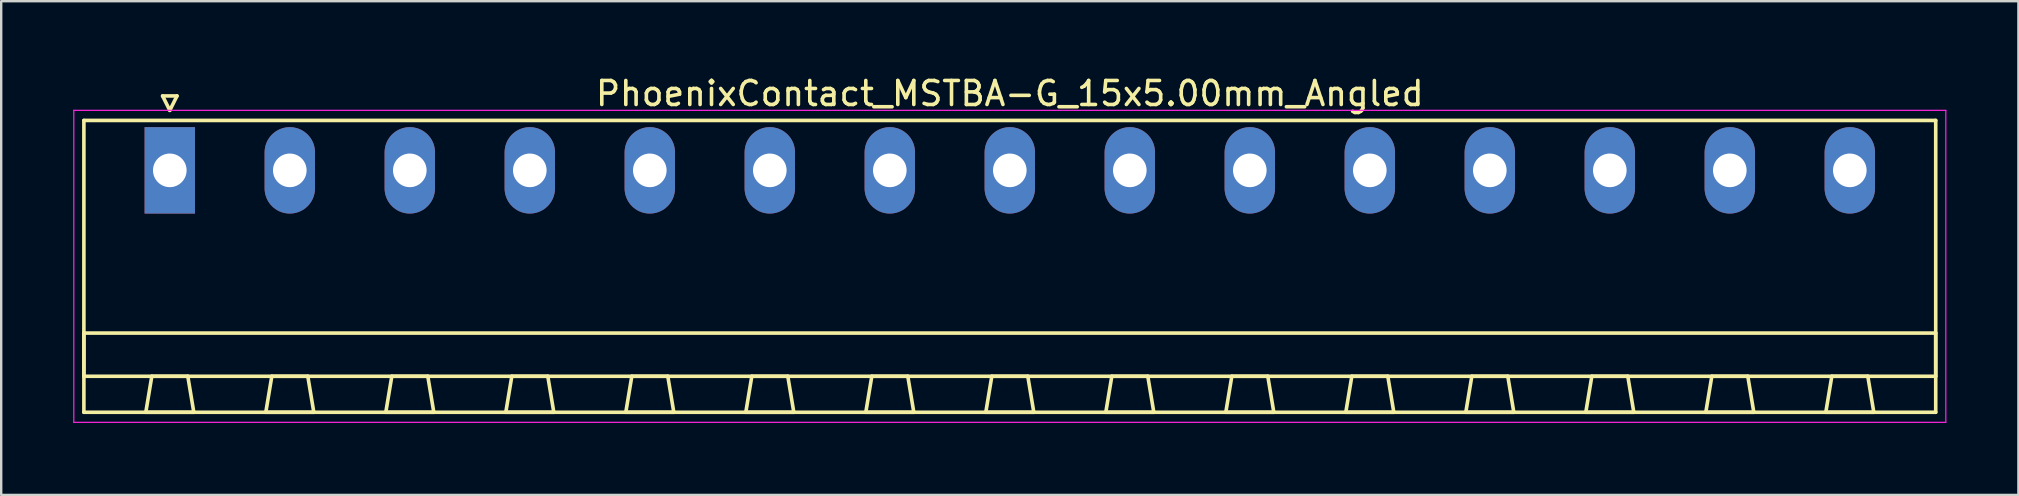
<source format=kicad_pcb>
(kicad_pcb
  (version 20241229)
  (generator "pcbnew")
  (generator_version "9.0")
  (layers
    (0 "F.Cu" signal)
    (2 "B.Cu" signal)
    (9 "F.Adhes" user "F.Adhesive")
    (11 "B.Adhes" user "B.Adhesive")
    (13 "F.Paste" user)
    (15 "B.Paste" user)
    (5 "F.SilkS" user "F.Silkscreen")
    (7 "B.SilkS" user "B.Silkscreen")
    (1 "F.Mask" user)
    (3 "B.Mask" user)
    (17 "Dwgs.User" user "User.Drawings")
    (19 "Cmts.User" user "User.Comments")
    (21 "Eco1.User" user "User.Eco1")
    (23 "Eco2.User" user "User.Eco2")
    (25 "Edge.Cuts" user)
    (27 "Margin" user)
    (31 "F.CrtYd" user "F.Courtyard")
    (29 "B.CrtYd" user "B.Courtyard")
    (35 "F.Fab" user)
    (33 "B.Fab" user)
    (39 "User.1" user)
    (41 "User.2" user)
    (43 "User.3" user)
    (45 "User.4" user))
  (footprint "PhoenixContact_MSTBA-G_15x5.00mm_Angled"
    (layer "F.Cu")
    (at 4.025 4.048)
    (property "Reference" "PhoenixContact_MSTBA-G_15x5.00mm_Angled" (at 35 -3.2 0) (layer "F.SilkS") (effects (font (size 1 1) (thickness 0.15))))
    (attr through_hole)
    (fp_line (start -3.58 -2.08) (end -3.58 10.08) (stroke (width 0.15) (type solid)) (layer "F.SilkS"))
    (fp_line (start -3.58 6.78) (end 73.58 6.78) (stroke (width 0.15) (type solid)) (layer "F.SilkS"))
    (fp_line (start -3.58 8.58) (end -3.58 6.78) (stroke (width 0.15) (type solid)) (layer "F.SilkS"))
    (fp_line (start -3.58 10.08) (end 73.58 10.08) (stroke (width 0.15) (type solid)) (layer "F.SilkS"))
    (fp_line (start -1 10.08) (end 1 10.08) (stroke (width 0.15) (type solid)) (layer "F.SilkS"))
    (fp_line (start -0.75 8.58) (end -1 10.08) (stroke (width 0.15) (type solid)) (layer "F.SilkS"))
    (fp_line (start -0.3 -3.1) (end 0 -2.5) (stroke (width 0.15) (type solid)) (layer "F.SilkS"))
    (fp_line (start 0 -2.5) (end 0.3 -3.1) (stroke (width 0.15) (type solid)) (layer "F.SilkS"))
    (fp_line (start 0.3 -3.1) (end -0.3 -3.1) (stroke (width 0.15) (type solid)) (layer "F.SilkS"))
    (fp_line (start 0.75 8.58) (end -0.75 8.58) (stroke (width 0.15) (type solid)) (layer "F.SilkS"))
    (fp_line (start 1 10.08) (end 0.75 8.58) (stroke (width 0.15) (type solid)) (layer "F.SilkS"))
    (fp_line (start 4 10.08) (end 6 10.08) (stroke (width 0.15) (type solid)) (layer "F.SilkS"))
    (fp_line (start 4.25 8.58) (end 4 10.08) (stroke (width 0.15) (type solid)) (layer "F.SilkS"))
    (fp_line (start 5.75 8.58) (end 4.25 8.58) (stroke (width 0.15) (type solid)) (layer "F.SilkS"))
    (fp_line (start 6 10.08) (end 5.75 8.58) (stroke (width 0.15) (type solid)) (layer "F.SilkS"))
    (fp_line (start 9 10.08) (end 11 10.08) (stroke (width 0.15) (type solid)) (layer "F.SilkS"))
    (fp_line (start 9.25 8.58) (end 9 10.08) (stroke (width 0.15) (type solid)) (layer "F.SilkS"))
    (fp_line (start 10.75 8.58) (end 9.25 8.58) (stroke (width 0.15) (type solid)) (layer "F.SilkS"))
    (fp_line (start 11 10.08) (end 10.75 8.58) (stroke (width 0.15) (type solid)) (layer "F.SilkS"))
    (fp_line (start 14 10.08) (end 16 10.08) (stroke (width 0.15) (type solid)) (layer "F.SilkS"))
    (fp_line (start 14.25 8.58) (end 14 10.08) (stroke (width 0.15) (type solid)) (layer "F.SilkS"))
    (fp_line (start 15.75 8.58) (end 14.25 8.58) (stroke (width 0.15) (type solid)) (layer "F.SilkS"))
    (fp_line (start 16 10.08) (end 15.75 8.58) (stroke (width 0.15) (type solid)) (layer "F.SilkS"))
    (fp_line (start 19 10.08) (end 21 10.08) (stroke (width 0.15) (type solid)) (layer "F.SilkS"))
    (fp_line (start 19.25 8.58) (end 19 10.08) (stroke (width 0.15) (type solid)) (layer "F.SilkS"))
    (fp_line (start 20.75 8.58) (end 19.25 8.58) (stroke (width 0.15) (type solid)) (layer "F.SilkS"))
    (fp_line (start 21 10.08) (end 20.75 8.58) (stroke (width 0.15) (type solid)) (layer "F.SilkS"))
    (fp_line (start 24 10.08) (end 26 10.08) (stroke (width 0.15) (type solid)) (layer "F.SilkS"))
    (fp_line (start 24.25 8.58) (end 24 10.08) (stroke (width 0.15) (type solid)) (layer "F.SilkS"))
    (fp_line (start 25.75 8.58) (end 24.25 8.58) (stroke (width 0.15) (type solid)) (layer "F.SilkS"))
    (fp_line (start 26 10.08) (end 25.75 8.58) (stroke (width 0.15) (type solid)) (layer "F.SilkS"))
    (fp_line (start 29 10.08) (end 31 10.08) (stroke (width 0.15) (type solid)) (layer "F.SilkS"))
    (fp_line (start 29.25 8.58) (end 29 10.08) (stroke (width 0.15) (type solid)) (layer "F.SilkS"))
    (fp_line (start 30.75 8.58) (end 29.25 8.58) (stroke (width 0.15) (type solid)) (layer "F.SilkS"))
    (fp_line (start 31 10.08) (end 30.75 8.58) (stroke (width 0.15) (type solid)) (layer "F.SilkS"))
    (fp_line (start 34 10.08) (end 36 10.08) (stroke (width 0.15) (type solid)) (layer "F.SilkS"))
    (fp_line (start 34.25 8.58) (end 34 10.08) (stroke (width 0.15) (type solid)) (layer "F.SilkS"))
    (fp_line (start 35.75 8.58) (end 34.25 8.58) (stroke (width 0.15) (type solid)) (layer "F.SilkS"))
    (fp_line (start 36 10.08) (end 35.75 8.58) (stroke (width 0.15) (type solid)) (layer "F.SilkS"))
    (fp_line (start 39 10.08) (end 41 10.08) (stroke (width 0.15) (type solid)) (layer "F.SilkS"))
    (fp_line (start 39.25 8.58) (end 39 10.08) (stroke (width 0.15) (type solid)) (layer "F.SilkS"))
    (fp_line (start 40.75 8.58) (end 39.25 8.58) (stroke (width 0.15) (type solid)) (layer "F.SilkS"))
    (fp_line (start 41 10.08) (end 40.75 8.58) (stroke (width 0.15) (type solid)) (layer "F.SilkS"))
    (fp_line (start 44 10.08) (end 46 10.08) (stroke (width 0.15) (type solid)) (layer "F.SilkS"))
    (fp_line (start 44.25 8.58) (end 44 10.08) (stroke (width 0.15) (type solid)) (layer "F.SilkS"))
    (fp_line (start 45.75 8.58) (end 44.25 8.58) (stroke (width 0.15) (type solid)) (layer "F.SilkS"))
    (fp_line (start 46 10.08) (end 45.75 8.58) (stroke (width 0.15) (type solid)) (layer "F.SilkS"))
    (fp_line (start 49 10.08) (end 51 10.08) (stroke (width 0.15) (type solid)) (layer "F.SilkS"))
    (fp_line (start 49.25 8.58) (end 49 10.08) (stroke (width 0.15) (type solid)) (layer "F.SilkS"))
    (fp_line (start 50.75 8.58) (end 49.25 8.58) (stroke (width 0.15) (type solid)) (layer "F.SilkS"))
    (fp_line (start 51 10.08) (end 50.75 8.58) (stroke (width 0.15) (type solid)) (layer "F.SilkS"))
    (fp_line (start 54 10.08) (end 56 10.08) (stroke (width 0.15) (type solid)) (layer "F.SilkS"))
    (fp_line (start 54.25 8.58) (end 54 10.08) (stroke (width 0.15) (type solid)) (layer "F.SilkS"))
    (fp_line (start 55.75 8.58) (end 54.25 8.58) (stroke (width 0.15) (type solid)) (layer "F.SilkS"))
    (fp_line (start 56 10.08) (end 55.75 8.58) (stroke (width 0.15) (type solid)) (layer "F.SilkS"))
    (fp_line (start 59 10.08) (end 61 10.08) (stroke (width 0.15) (type solid)) (layer "F.SilkS"))
    (fp_line (start 59.25 8.58) (end 59 10.08) (stroke (width 0.15) (type solid)) (layer "F.SilkS"))
    (fp_line (start 60.75 8.58) (end 59.25 8.58) (stroke (width 0.15) (type solid)) (layer "F.SilkS"))
    (fp_line (start 61 10.08) (end 60.75 8.58) (stroke (width 0.15) (type solid)) (layer "F.SilkS"))
    (fp_line (start 64 10.08) (end 66 10.08) (stroke (width 0.15) (type solid)) (layer "F.SilkS"))
    (fp_line (start 64.25 8.58) (end 64 10.08) (stroke (width 0.15) (type solid)) (layer "F.SilkS"))
    (fp_line (start 65.75 8.58) (end 64.25 8.58) (stroke (width 0.15) (type solid)) (layer "F.SilkS"))
    (fp_line (start 66 10.08) (end 65.75 8.58) (stroke (width 0.15) (type solid)) (layer "F.SilkS"))
    (fp_line (start 69 10.08) (end 71 10.08) (stroke (width 0.15) (type solid)) (layer "F.SilkS"))
    (fp_line (start 69.25 8.58) (end 69 10.08) (stroke (width 0.15) (type solid)) (layer "F.SilkS"))
    (fp_line (start 70.75 8.58) (end 69.25 8.58) (stroke (width 0.15) (type solid)) (layer "F.SilkS"))
    (fp_line (start 71 10.08) (end 70.75 8.58) (stroke (width 0.15) (type solid)) (layer "F.SilkS"))
    (fp_line (start 73.58 -2.08) (end -3.58 -2.08) (stroke (width 0.15) (type solid)) (layer "F.SilkS"))
    (fp_line (start 73.58 6.78) (end 73.58 8.58) (stroke (width 0.15) (type solid)) (layer "F.SilkS"))
    (fp_line (start 73.58 8.58) (end -3.58 8.58) (stroke (width 0.15) (type solid)) (layer "F.SilkS"))
    (fp_line (start 73.58 10.08) (end 73.58 -2.08) (stroke (width 0.15) (type solid)) (layer "F.SilkS"))
    (fp_line (start -4 -2.5) (end -4 10.5) (stroke (width 0.05) (type solid)) (layer "F.CrtYd"))
    (fp_line (start -4 10.5) (end 74 10.5) (stroke (width 0.05) (type solid)) (layer "F.CrtYd"))
    (fp_line (start 74 -2.5) (end -4 -2.5) (stroke (width 0.05) (type solid)) (layer "F.CrtYd"))
    (fp_line (start 74 10.5) (end 74 -2.5) (stroke (width 0.05) (type solid)) (layer "F.CrtYd"))
    (pad "1" thru_hole rect (at 0 0) (size 2.1 3.6) (drill 1.4) (layers "*.Cu" "*.Mask"))
    (pad "2" thru_hole oval (at 5 0) (size 2.1 3.6) (drill 1.4) (layers "*.Cu" "*.Mask"))
    (pad "3" thru_hole oval (at 10 0) (size 2.1 3.6) (drill 1.4) (layers "*.Cu" "*.Mask"))
    (pad "4" thru_hole oval (at 15 0) (size 2.1 3.6) (drill 1.4) (layers "*.Cu" "*.Mask"))
    (pad "5" thru_hole oval (at 20 0) (size 2.1 3.6) (drill 1.4) (layers "*.Cu" "*.Mask"))
    (pad "6" thru_hole oval (at 25 0) (size 2.1 3.6) (drill 1.4) (layers "*.Cu" "*.Mask"))
    (pad "7" thru_hole oval (at 30 0) (size 2.1 3.6) (drill 1.4) (layers "*.Cu" "*.Mask"))
    (pad "8" thru_hole oval (at 35 0) (size 2.1 3.6) (drill 1.4) (layers "*.Cu" "*.Mask"))
    (pad "9" thru_hole oval (at 40 0) (size 2.1 3.6) (drill 1.4) (layers "*.Cu" "*.Mask"))
    (pad "10" thru_hole oval (at 45 0) (size 2.1 3.6) (drill 1.4) (layers "*.Cu" "*.Mask"))
    (pad "11" thru_hole oval (at 50 0) (size 2.1 3.6) (drill 1.4) (layers "*.Cu" "*.Mask"))
    (pad "12" thru_hole oval (at 55 0) (size 2.1 3.6) (drill 1.4) (layers "*.Cu" "*.Mask"))
    (pad "13" thru_hole oval (at 60 0) (size 2.1 3.6) (drill 1.4) (layers "*.Cu" "*.Mask"))
    (pad "14" thru_hole oval (at 65 0) (size 2.1 3.6) (drill 1.4) (layers "*.Cu" "*.Mask"))
    (pad "15" thru_hole oval (at 70 0) (size 2.1 3.6) (drill 1.4) (layers "*.Cu" "*.Mask")))
  (gr_rect
    (start -3 -3)
    (end 81.05 17.573)
    (stroke (width 0.1) (type default))
    (fill no)
    (layer "Edge.Cuts")))
</source>
